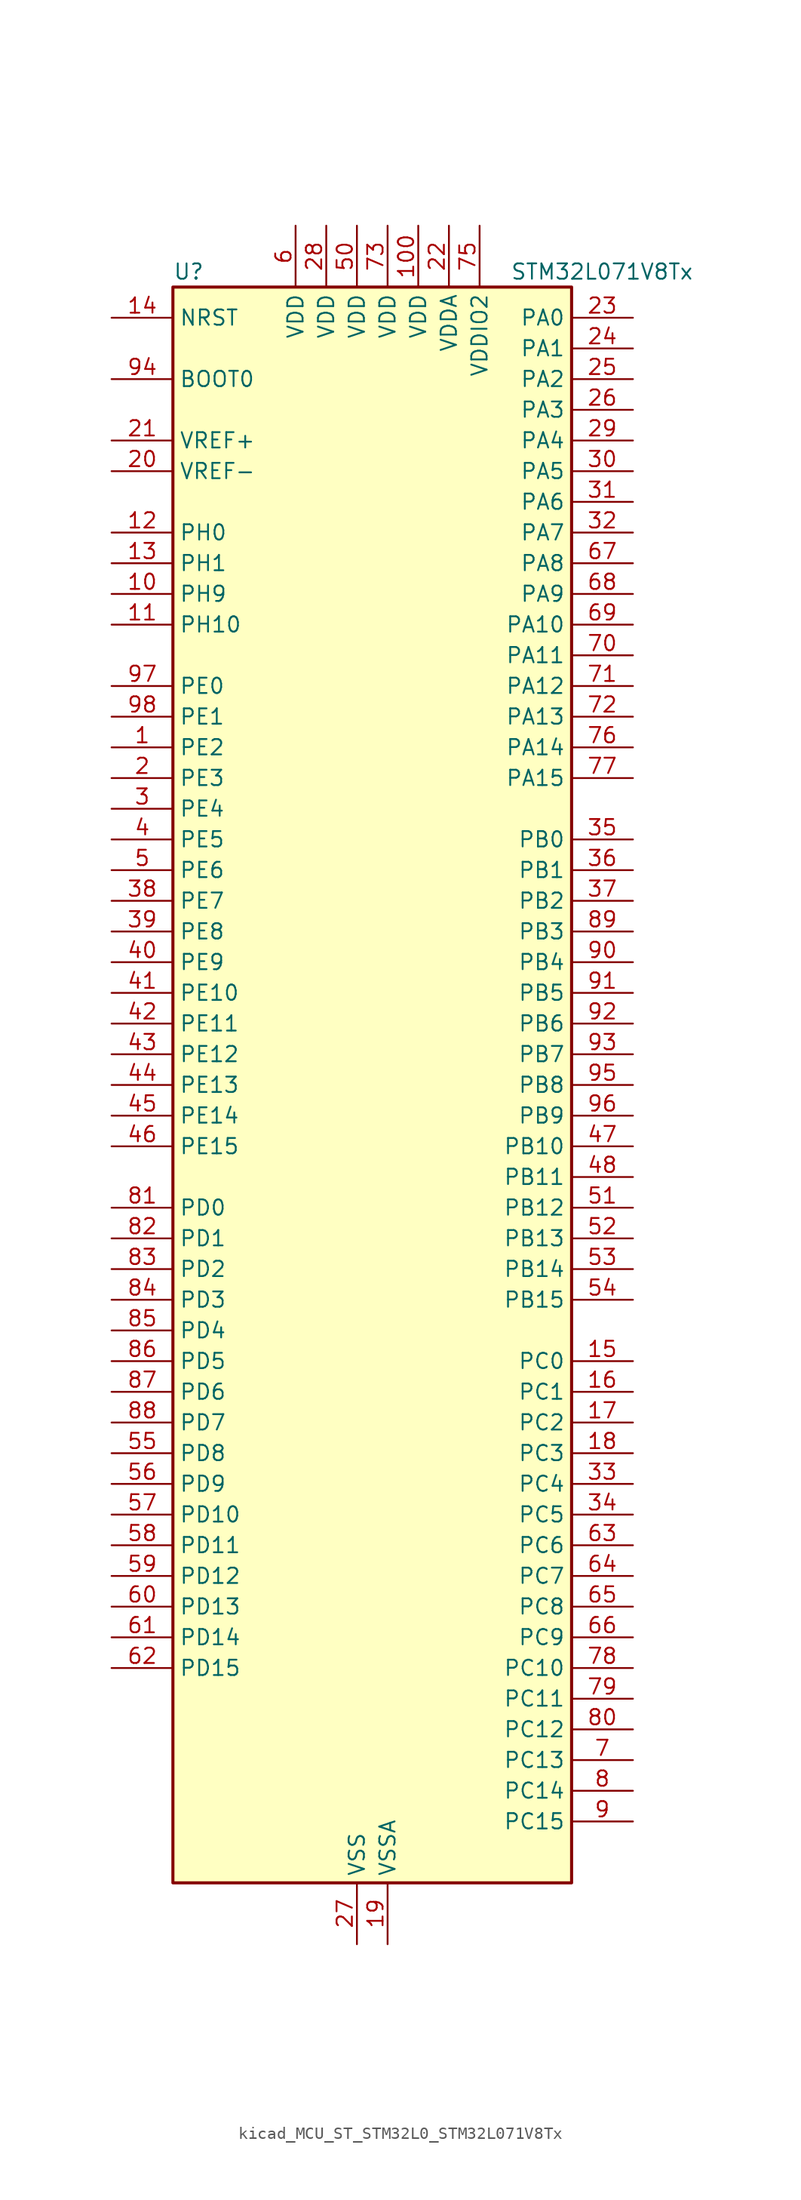
<source format=kicad_sym>
(kicad_symbol_lib
  (version 20220914)
  (generator kicad_symbol_editor)
  (symbol "kicad_MCU_ST_STM32L0_STM32L071V8Tx"
    (property "Reference" "U"
      (at -15.24 67.31 0)
      (effects (font (size 1.27 1.27)) (justify left)))
    (property "Value" "STM32L071V8Tx"
      (at 12.7 67.31 0)
      (effects (font (size 1.27 1.27)) (justify left)))
    (property "ki_locked" ""
      (at 0 0 0)
      (effects (font (size 1.27 1.27))))
    (symbol "kicad_MCU_ST_STM32L0_STM32L071V8Tx_0_1"
      (rectangle (start -15.24 -66.04) (end 17.78 66.04) (stroke (width 0.254) (type default)) (fill (type background))))
    (symbol "kicad_MCU_ST_STM32L0_STM32L071V8Tx_1_1"
      (pin bidirectional line (at -20.32 27.94 0) (length 5.08) (name "PE2" (effects (font (size 1.27 1.27)))) (number "1" (effects (font (size 1.27 1.27)))) (alternate "TIM3_ETR" bidirectional line))
      (pin bidirectional line (at -20.32 40.64 0) (length 5.08) (name "PH9" (effects (font (size 1.27 1.27)))) (number "10" (effects (font (size 1.27 1.27)))))
      (pin power_in line (at 5.08 71.12 270) (length 5.08) (name "VDD" (effects (font (size 1.27 1.27)))) (number "100" (effects (font (size 1.27 1.27)))))
      (pin bidirectional line (at -20.32 38.1 0) (length 5.08) (name "PH10" (effects (font (size 1.27 1.27)))) (number "11" (effects (font (size 1.27 1.27)))))
      (pin bidirectional line (at -20.32 45.72 0) (length 5.08) (name "PH0" (effects (font (size 1.27 1.27)))) (number "12" (effects (font (size 1.27 1.27)))) (alternate "RCC_OSC_IN" bidirectional line))
      (pin bidirectional line (at -20.32 43.18 0) (length 5.08) (name "PH1" (effects (font (size 1.27 1.27)))) (number "13" (effects (font (size 1.27 1.27)))) (alternate "RCC_OSC_OUT" bidirectional line))
      (pin input line (at -20.32 63.5 0) (length 5.08) (name "NRST" (effects (font (size 1.27 1.27)))) (number "14" (effects (font (size 1.27 1.27)))))
      (pin bidirectional line (at 22.86 -22.86 180) (length 5.08) (name "PC0" (effects (font (size 1.27 1.27)))) (number "15" (effects (font (size 1.27 1.27)))) (alternate "ADC_IN10" bidirectional line) (alternate "I2C3_SCL" bidirectional line) (alternate "LPTIM1_IN1" bidirectional line) (alternate "LPUART1_RX" bidirectional line))
      (pin bidirectional line (at 22.86 -25.4 180) (length 5.08) (name "PC1" (effects (font (size 1.27 1.27)))) (number "16" (effects (font (size 1.27 1.27)))) (alternate "ADC_IN11" bidirectional line) (alternate "I2C3_SDA" bidirectional line) (alternate "LPTIM1_OUT" bidirectional line) (alternate "LPUART1_TX" bidirectional line))
      (pin bidirectional line (at 22.86 -27.94 180) (length 5.08) (name "PC2" (effects (font (size 1.27 1.27)))) (number "17" (effects (font (size 1.27 1.27)))) (alternate "ADC_IN12" bidirectional line) (alternate "I2S2_MCK" bidirectional line) (alternate "LPTIM1_IN2" bidirectional line) (alternate "SPI2_MISO" bidirectional line))
      (pin bidirectional line (at 22.86 -30.48 180) (length 5.08) (name "PC3" (effects (font (size 1.27 1.27)))) (number "18" (effects (font (size 1.27 1.27)))) (alternate "ADC_IN13" bidirectional line) (alternate "I2S2_SD" bidirectional line) (alternate "LPTIM1_ETR" bidirectional line) (alternate "SPI2_MOSI" bidirectional line))
      (pin power_in line (at 2.54 -71.12 90) (length 5.08) (name "VSSA" (effects (font (size 1.27 1.27)))) (number "19" (effects (font (size 1.27 1.27)))))
      (pin bidirectional line (at -20.32 25.4 0) (length 5.08) (name "PE3" (effects (font (size 1.27 1.27)))) (number "2" (effects (font (size 1.27 1.27)))) (alternate "TIM22_CH1" bidirectional line) (alternate "TIM3_CH1" bidirectional line))
      (pin input line (at -20.32 50.8 0) (length 5.08) (name "VREF-" (effects (font (size 1.27 1.27)))) (number "20" (effects (font (size 1.27 1.27)))))
      (pin input line (at -20.32 53.34 0) (length 5.08) (name "VREF+" (effects (font (size 1.27 1.27)))) (number "21" (effects (font (size 1.27 1.27)))))
      (pin power_in line (at 7.62 71.12 270) (length 5.08) (name "VDDA" (effects (font (size 1.27 1.27)))) (number "22" (effects (font (size 1.27 1.27)))))
      (pin bidirectional line (at 22.86 63.5 180) (length 5.08) (name "PA0" (effects (font (size 1.27 1.27)))) (number "23" (effects (font (size 1.27 1.27)))) (alternate "ADC_IN0" bidirectional line) (alternate "COMP1_INM" bidirectional line) (alternate "COMP1_OUT" bidirectional line) (alternate "RTC_TAMP2" bidirectional line) (alternate "SYS_WKUP1" bidirectional line) (alternate "TIM2_CH1" bidirectional line) (alternate "TIM2_ETR" bidirectional line) (alternate "USART2_CTS" bidirectional line) (alternate "USART4_TX" bidirectional line))
      (pin bidirectional line (at 22.86 60.96 180) (length 5.08) (name "PA1" (effects (font (size 1.27 1.27)))) (number "24" (effects (font (size 1.27 1.27)))) (alternate "ADC_IN1" bidirectional line) (alternate "COMP1_INP" bidirectional line) (alternate "TIM21_ETR" bidirectional line) (alternate "TIM2_CH2" bidirectional line) (alternate "USART2_DE" bidirectional line) (alternate "USART2_RTS" bidirectional line) (alternate "USART4_RX" bidirectional line))
      (pin bidirectional line (at 22.86 58.42 180) (length 5.08) (name "PA2" (effects (font (size 1.27 1.27)))) (number "25" (effects (font (size 1.27 1.27)))) (alternate "ADC_IN2" bidirectional line) (alternate "COMP2_INM" bidirectional line) (alternate "COMP2_OUT" bidirectional line) (alternate "LPUART1_TX" bidirectional line) (alternate "TIM21_CH1" bidirectional line) (alternate "TIM2_CH3" bidirectional line) (alternate "USART2_TX" bidirectional line))
      (pin bidirectional line (at 22.86 55.88 180) (length 5.08) (name "PA3" (effects (font (size 1.27 1.27)))) (number "26" (effects (font (size 1.27 1.27)))) (alternate "ADC_IN3" bidirectional line) (alternate "COMP2_INP" bidirectional line) (alternate "LPUART1_RX" bidirectional line) (alternate "TIM21_CH2" bidirectional line) (alternate "TIM2_CH4" bidirectional line) (alternate "USART2_RX" bidirectional line))
      (pin power_in line (at 0 -71.12 90) (length 5.08) (name "VSS" (effects (font (size 1.27 1.27)))) (number "27" (effects (font (size 1.27 1.27)))))
      (pin power_in line (at -2.54 71.12 270) (length 5.08) (name "VDD" (effects (font (size 1.27 1.27)))) (number "28" (effects (font (size 1.27 1.27)))))
      (pin bidirectional line (at 22.86 53.34 180) (length 5.08) (name "PA4" (effects (font (size 1.27 1.27)))) (number "29" (effects (font (size 1.27 1.27)))) (alternate "ADC_IN4" bidirectional line) (alternate "COMP1_INM" bidirectional line) (alternate "COMP2_INM" bidirectional line) (alternate "SPI1_NSS" bidirectional line) (alternate "TIM22_ETR" bidirectional line) (alternate "USART2_CK" bidirectional line))
      (pin bidirectional line (at -20.32 22.86 0) (length 5.08) (name "PE4" (effects (font (size 1.27 1.27)))) (number "3" (effects (font (size 1.27 1.27)))) (alternate "TIM22_CH2" bidirectional line) (alternate "TIM3_CH2" bidirectional line))
      (pin bidirectional line (at 22.86 50.8 180) (length 5.08) (name "PA5" (effects (font (size 1.27 1.27)))) (number "30" (effects (font (size 1.27 1.27)))) (alternate "ADC_IN5" bidirectional line) (alternate "COMP1_INM" bidirectional line) (alternate "COMP2_INM" bidirectional line) (alternate "SPI1_SCK" bidirectional line) (alternate "TIM2_CH1" bidirectional line) (alternate "TIM2_ETR" bidirectional line))
      (pin bidirectional line (at 22.86 48.26 180) (length 5.08) (name "PA6" (effects (font (size 1.27 1.27)))) (number "31" (effects (font (size 1.27 1.27)))) (alternate "ADC_IN6" bidirectional line) (alternate "COMP1_OUT" bidirectional line) (alternate "LPUART1_CTS" bidirectional line) (alternate "SPI1_MISO" bidirectional line) (alternate "TIM22_CH1" bidirectional line) (alternate "TIM3_CH1" bidirectional line))
      (pin bidirectional line (at 22.86 45.72 180) (length 5.08) (name "PA7" (effects (font (size 1.27 1.27)))) (number "32" (effects (font (size 1.27 1.27)))) (alternate "ADC_IN7" bidirectional line) (alternate "COMP2_OUT" bidirectional line) (alternate "SPI1_MOSI" bidirectional line) (alternate "TIM22_CH2" bidirectional line) (alternate "TIM3_CH2" bidirectional line))
      (pin bidirectional line (at 22.86 -33.02 180) (length 5.08) (name "PC4" (effects (font (size 1.27 1.27)))) (number "33" (effects (font (size 1.27 1.27)))) (alternate "ADC_IN14" bidirectional line) (alternate "LPUART1_TX" bidirectional line))
      (pin bidirectional line (at 22.86 -35.56 180) (length 5.08) (name "PC5" (effects (font (size 1.27 1.27)))) (number "34" (effects (font (size 1.27 1.27)))) (alternate "ADC_IN15" bidirectional line) (alternate "LPUART1_RX" bidirectional line))
      (pin bidirectional line (at 22.86 20.32 180) (length 5.08) (name "PB0" (effects (font (size 1.27 1.27)))) (number "35" (effects (font (size 1.27 1.27)))) (alternate "ADC_IN8" bidirectional line) (alternate "SYS_VREF_OUT_PB0" bidirectional line) (alternate "TIM3_CH3" bidirectional line))
      (pin bidirectional line (at 22.86 17.78 180) (length 5.08) (name "PB1" (effects (font (size 1.27 1.27)))) (number "36" (effects (font (size 1.27 1.27)))) (alternate "ADC_IN9" bidirectional line) (alternate "LPUART1_DE" bidirectional line) (alternate "LPUART1_RTS" bidirectional line) (alternate "SYS_VREF_OUT_PB1" bidirectional line) (alternate "TIM3_CH4" bidirectional line))
      (pin bidirectional line (at 22.86 15.24 180) (length 5.08) (name "PB2" (effects (font (size 1.27 1.27)))) (number "37" (effects (font (size 1.27 1.27)))) (alternate "I2C3_SMBA" bidirectional line) (alternate "LPTIM1_OUT" bidirectional line))
      (pin bidirectional line (at -20.32 15.24 0) (length 5.08) (name "PE7" (effects (font (size 1.27 1.27)))) (number "38" (effects (font (size 1.27 1.27)))) (alternate "USART5_CK" bidirectional line) (alternate "USART5_DE" bidirectional line) (alternate "USART5_RTS" bidirectional line))
      (pin bidirectional line (at -20.32 12.7 0) (length 5.08) (name "PE8" (effects (font (size 1.27 1.27)))) (number "39" (effects (font (size 1.27 1.27)))) (alternate "USART4_TX" bidirectional line))
      (pin bidirectional line (at -20.32 20.32 0) (length 5.08) (name "PE5" (effects (font (size 1.27 1.27)))) (number "4" (effects (font (size 1.27 1.27)))) (alternate "TIM21_CH1" bidirectional line) (alternate "TIM3_CH3" bidirectional line))
      (pin bidirectional line (at -20.32 10.16 0) (length 5.08) (name "PE9" (effects (font (size 1.27 1.27)))) (number "40" (effects (font (size 1.27 1.27)))) (alternate "TIM2_CH1" bidirectional line) (alternate "TIM2_ETR" bidirectional line) (alternate "USART4_RX" bidirectional line))
      (pin bidirectional line (at -20.32 7.62 0) (length 5.08) (name "PE10" (effects (font (size 1.27 1.27)))) (number "41" (effects (font (size 1.27 1.27)))) (alternate "TIM2_CH2" bidirectional line) (alternate "USART5_TX" bidirectional line))
      (pin bidirectional line (at -20.32 5.08 0) (length 5.08) (name "PE11" (effects (font (size 1.27 1.27)))) (number "42" (effects (font (size 1.27 1.27)))) (alternate "ADC_EXTI11" bidirectional line) (alternate "TIM2_CH3" bidirectional line) (alternate "USART5_RX" bidirectional line))
      (pin bidirectional line (at -20.32 2.54 0) (length 5.08) (name "PE12" (effects (font (size 1.27 1.27)))) (number "43" (effects (font (size 1.27 1.27)))) (alternate "SPI1_NSS" bidirectional line) (alternate "TIM2_CH4" bidirectional line))
      (pin bidirectional line (at -20.32 0 0) (length 5.08) (name "PE13" (effects (font (size 1.27 1.27)))) (number "44" (effects (font (size 1.27 1.27)))) (alternate "SPI1_SCK" bidirectional line))
      (pin bidirectional line (at -20.32 -2.54 0) (length 5.08) (name "PE14" (effects (font (size 1.27 1.27)))) (number "45" (effects (font (size 1.27 1.27)))) (alternate "SPI1_MISO" bidirectional line))
      (pin bidirectional line (at -20.32 -5.08 0) (length 5.08) (name "PE15" (effects (font (size 1.27 1.27)))) (number "46" (effects (font (size 1.27 1.27)))) (alternate "SPI1_MOSI" bidirectional line))
      (pin bidirectional line (at 22.86 -5.08 180) (length 5.08) (name "PB10" (effects (font (size 1.27 1.27)))) (number "47" (effects (font (size 1.27 1.27)))) (alternate "I2C2_SCL" bidirectional line) (alternate "LPUART1_RX" bidirectional line) (alternate "LPUART1_TX" bidirectional line) (alternate "SPI2_SCK" bidirectional line) (alternate "TIM2_CH3" bidirectional line))
      (pin bidirectional line (at 22.86 -7.62 180) (length 5.08) (name "PB11" (effects (font (size 1.27 1.27)))) (number "48" (effects (font (size 1.27 1.27)))) (alternate "ADC_EXTI11" bidirectional line) (alternate "I2C2_SDA" bidirectional line) (alternate "LPUART1_RX" bidirectional line) (alternate "LPUART1_TX" bidirectional line) (alternate "TIM2_CH4" bidirectional line))
      (pin passive line (at 0 -71.12 90) (length 5.08) hide (name "VSS" (effects (font (size 1.27 1.27)))) (number "49" (effects (font (size 1.27 1.27)))))
      (pin bidirectional line (at -20.32 17.78 0) (length 5.08) (name "PE6" (effects (font (size 1.27 1.27)))) (number "5" (effects (font (size 1.27 1.27)))) (alternate "RTC_TAMP3" bidirectional line) (alternate "SYS_WKUP3" bidirectional line) (alternate "TIM21_CH2" bidirectional line) (alternate "TIM3_CH4" bidirectional line))
      (pin power_in line (at 0 71.12 270) (length 5.08) (name "VDD" (effects (font (size 1.27 1.27)))) (number "50" (effects (font (size 1.27 1.27)))))
      (pin bidirectional line (at 22.86 -10.16 180) (length 5.08) (name "PB12" (effects (font (size 1.27 1.27)))) (number "51" (effects (font (size 1.27 1.27)))) (alternate "I2S2_WS" bidirectional line) (alternate "LPUART1_DE" bidirectional line) (alternate "LPUART1_RTS" bidirectional line) (alternate "SPI2_NSS" bidirectional line))
      (pin bidirectional line (at 22.86 -12.7 180) (length 5.08) (name "PB13" (effects (font (size 1.27 1.27)))) (number "52" (effects (font (size 1.27 1.27)))) (alternate "I2C2_SCL" bidirectional line) (alternate "I2S2_CK" bidirectional line) (alternate "LPUART1_CTS" bidirectional line) (alternate "RCC_MCO" bidirectional line) (alternate "SPI2_SCK" bidirectional line) (alternate "TIM21_CH1" bidirectional line))
      (pin bidirectional line (at 22.86 -15.24 180) (length 5.08) (name "PB14" (effects (font (size 1.27 1.27)))) (number "53" (effects (font (size 1.27 1.27)))) (alternate "I2C2_SDA" bidirectional line) (alternate "I2S2_MCK" bidirectional line) (alternate "LPUART1_DE" bidirectional line) (alternate "LPUART1_RTS" bidirectional line) (alternate "RTC_OUT_ALARM" bidirectional line) (alternate "RTC_OUT_CALIB" bidirectional line) (alternate "SPI2_MISO" bidirectional line) (alternate "TIM21_CH2" bidirectional line))
      (pin bidirectional line (at 22.86 -17.78 180) (length 5.08) (name "PB15" (effects (font (size 1.27 1.27)))) (number "54" (effects (font (size 1.27 1.27)))) (alternate "I2S2_SD" bidirectional line) (alternate "RTC_REFIN" bidirectional line) (alternate "SPI2_MOSI" bidirectional line))
      (pin bidirectional line (at -20.32 -30.48 0) (length 5.08) (name "PD8" (effects (font (size 1.27 1.27)))) (number "55" (effects (font (size 1.27 1.27)))) (alternate "LPUART1_TX" bidirectional line))
      (pin bidirectional line (at -20.32 -33.02 0) (length 5.08) (name "PD9" (effects (font (size 1.27 1.27)))) (number "56" (effects (font (size 1.27 1.27)))) (alternate "LPUART1_RX" bidirectional line))
      (pin bidirectional line (at -20.32 -35.56 0) (length 5.08) (name "PD10" (effects (font (size 1.27 1.27)))) (number "57" (effects (font (size 1.27 1.27)))))
      (pin bidirectional line (at -20.32 -38.1 0) (length 5.08) (name "PD11" (effects (font (size 1.27 1.27)))) (number "58" (effects (font (size 1.27 1.27)))) (alternate "ADC_EXTI11" bidirectional line) (alternate "LPUART1_CTS" bidirectional line))
      (pin bidirectional line (at -20.32 -40.64 0) (length 5.08) (name "PD12" (effects (font (size 1.27 1.27)))) (number "59" (effects (font (size 1.27 1.27)))) (alternate "LPUART1_DE" bidirectional line) (alternate "LPUART1_RTS" bidirectional line))
      (pin power_in line (at -5.08 71.12 270) (length 5.08) (name "VDD" (effects (font (size 1.27 1.27)))) (number "6" (effects (font (size 1.27 1.27)))))
      (pin bidirectional line (at -20.32 -43.18 0) (length 5.08) (name "PD13" (effects (font (size 1.27 1.27)))) (number "60" (effects (font (size 1.27 1.27)))))
      (pin bidirectional line (at -20.32 -45.72 0) (length 5.08) (name "PD14" (effects (font (size 1.27 1.27)))) (number "61" (effects (font (size 1.27 1.27)))))
      (pin bidirectional line (at -20.32 -48.26 0) (length 5.08) (name "PD15" (effects (font (size 1.27 1.27)))) (number "62" (effects (font (size 1.27 1.27)))))
      (pin bidirectional line (at 22.86 -38.1 180) (length 5.08) (name "PC6" (effects (font (size 1.27 1.27)))) (number "63" (effects (font (size 1.27 1.27)))) (alternate "TIM22_CH1" bidirectional line) (alternate "TIM3_CH1" bidirectional line))
      (pin bidirectional line (at 22.86 -40.64 180) (length 5.08) (name "PC7" (effects (font (size 1.27 1.27)))) (number "64" (effects (font (size 1.27 1.27)))) (alternate "TIM22_CH2" bidirectional line) (alternate "TIM3_CH2" bidirectional line))
      (pin bidirectional line (at 22.86 -43.18 180) (length 5.08) (name "PC8" (effects (font (size 1.27 1.27)))) (number "65" (effects (font (size 1.27 1.27)))) (alternate "TIM22_ETR" bidirectional line) (alternate "TIM3_CH3" bidirectional line))
      (pin bidirectional line (at 22.86 -45.72 180) (length 5.08) (name "PC9" (effects (font (size 1.27 1.27)))) (number "66" (effects (font (size 1.27 1.27)))) (alternate "I2C3_SDA" bidirectional line) (alternate "TIM21_ETR" bidirectional line) (alternate "TIM3_CH4" bidirectional line))
      (pin bidirectional line (at 22.86 43.18 180) (length 5.08) (name "PA8" (effects (font (size 1.27 1.27)))) (number "67" (effects (font (size 1.27 1.27)))) (alternate "I2C3_SCL" bidirectional line) (alternate "RCC_MCO" bidirectional line) (alternate "USART1_CK" bidirectional line))
      (pin bidirectional line (at 22.86 40.64 180) (length 5.08) (name "PA9" (effects (font (size 1.27 1.27)))) (number "68" (effects (font (size 1.27 1.27)))) (alternate "I2C1_SCL" bidirectional line) (alternate "I2C3_SMBA" bidirectional line) (alternate "RCC_MCO" bidirectional line) (alternate "USART1_TX" bidirectional line))
      (pin bidirectional line (at 22.86 38.1 180) (length 5.08) (name "PA10" (effects (font (size 1.27 1.27)))) (number "69" (effects (font (size 1.27 1.27)))) (alternate "I2C1_SDA" bidirectional line) (alternate "USART1_RX" bidirectional line))
      (pin bidirectional line (at 22.86 -55.88 180) (length 5.08) (name "PC13" (effects (font (size 1.27 1.27)))) (number "7" (effects (font (size 1.27 1.27)))) (alternate "RTC_OUT_ALARM" bidirectional line) (alternate "RTC_OUT_CALIB" bidirectional line) (alternate "RTC_TAMP1" bidirectional line) (alternate "RTC_TS" bidirectional line) (alternate "SYS_WKUP2" bidirectional line))
      (pin bidirectional line (at 22.86 35.56 180) (length 5.08) (name "PA11" (effects (font (size 1.27 1.27)))) (number "70" (effects (font (size 1.27 1.27)))) (alternate "ADC_EXTI11" bidirectional line) (alternate "COMP1_OUT" bidirectional line) (alternate "SPI1_MISO" bidirectional line) (alternate "USART1_CTS" bidirectional line))
      (pin bidirectional line (at 22.86 33.02 180) (length 5.08) (name "PA12" (effects (font (size 1.27 1.27)))) (number "71" (effects (font (size 1.27 1.27)))) (alternate "COMP2_OUT" bidirectional line) (alternate "SPI1_MOSI" bidirectional line) (alternate "USART1_DE" bidirectional line) (alternate "USART1_RTS" bidirectional line))
      (pin bidirectional line (at 22.86 30.48 180) (length 5.08) (name "PA13" (effects (font (size 1.27 1.27)))) (number "72" (effects (font (size 1.27 1.27)))) (alternate "LPUART1_RX" bidirectional line) (alternate "SYS_SWDIO" bidirectional line))
      (pin power_in line (at 2.54 71.12 270) (length 5.08) (name "VDD" (effects (font (size 1.27 1.27)))) (number "73" (effects (font (size 1.27 1.27)))))
      (pin passive line (at 0 -71.12 90) (length 5.08) hide (name "VSS" (effects (font (size 1.27 1.27)))) (number "74" (effects (font (size 1.27 1.27)))))
      (pin power_in line (at 10.16 71.12 270) (length 5.08) (name "VDDIO2" (effects (font (size 1.27 1.27)))) (number "75" (effects (font (size 1.27 1.27)))))
      (pin bidirectional line (at 22.86 27.94 180) (length 5.08) (name "PA14" (effects (font (size 1.27 1.27)))) (number "76" (effects (font (size 1.27 1.27)))) (alternate "LPUART1_TX" bidirectional line) (alternate "SYS_SWCLK" bidirectional line) (alternate "USART2_TX" bidirectional line))
      (pin bidirectional line (at 22.86 25.4 180) (length 5.08) (name "PA15" (effects (font (size 1.27 1.27)))) (number "77" (effects (font (size 1.27 1.27)))) (alternate "SPI1_NSS" bidirectional line) (alternate "TIM2_CH1" bidirectional line) (alternate "TIM2_ETR" bidirectional line) (alternate "USART2_RX" bidirectional line) (alternate "USART4_DE" bidirectional line) (alternate "USART4_RTS" bidirectional line))
      (pin bidirectional line (at 22.86 -48.26 180) (length 5.08) (name "PC10" (effects (font (size 1.27 1.27)))) (number "78" (effects (font (size 1.27 1.27)))) (alternate "LPUART1_TX" bidirectional line) (alternate "USART4_TX" bidirectional line))
      (pin bidirectional line (at 22.86 -50.8 180) (length 5.08) (name "PC11" (effects (font (size 1.27 1.27)))) (number "79" (effects (font (size 1.27 1.27)))) (alternate "ADC_EXTI11" bidirectional line) (alternate "LPUART1_RX" bidirectional line) (alternate "USART4_RX" bidirectional line))
      (pin bidirectional line (at 22.86 -58.42 180) (length 5.08) (name "PC14" (effects (font (size 1.27 1.27)))) (number "8" (effects (font (size 1.27 1.27)))) (alternate "RCC_OSC32_IN" bidirectional line))
      (pin bidirectional line (at 22.86 -53.34 180) (length 5.08) (name "PC12" (effects (font (size 1.27 1.27)))) (number "80" (effects (font (size 1.27 1.27)))) (alternate "USART4_CK" bidirectional line) (alternate "USART5_TX" bidirectional line))
      (pin bidirectional line (at -20.32 -10.16 0) (length 5.08) (name "PD0" (effects (font (size 1.27 1.27)))) (number "81" (effects (font (size 1.27 1.27)))) (alternate "I2S2_WS" bidirectional line) (alternate "SPI2_NSS" bidirectional line) (alternate "TIM21_CH1" bidirectional line))
      (pin bidirectional line (at -20.32 -12.7 0) (length 5.08) (name "PD1" (effects (font (size 1.27 1.27)))) (number "82" (effects (font (size 1.27 1.27)))) (alternate "I2S2_CK" bidirectional line) (alternate "SPI2_SCK" bidirectional line))
      (pin bidirectional line (at -20.32 -15.24 0) (length 5.08) (name "PD2" (effects (font (size 1.27 1.27)))) (number "83" (effects (font (size 1.27 1.27)))) (alternate "LPUART1_DE" bidirectional line) (alternate "LPUART1_RTS" bidirectional line) (alternate "TIM3_ETR" bidirectional line) (alternate "USART5_RX" bidirectional line))
      (pin bidirectional line (at -20.32 -17.78 0) (length 5.08) (name "PD3" (effects (font (size 1.27 1.27)))) (number "84" (effects (font (size 1.27 1.27)))) (alternate "I2S2_MCK" bidirectional line) (alternate "SPI2_MISO" bidirectional line) (alternate "USART2_CTS" bidirectional line))
      (pin bidirectional line (at -20.32 -20.32 0) (length 5.08) (name "PD4" (effects (font (size 1.27 1.27)))) (number "85" (effects (font (size 1.27 1.27)))) (alternate "I2S2_SD" bidirectional line) (alternate "SPI2_MOSI" bidirectional line) (alternate "USART2_DE" bidirectional line) (alternate "USART2_RTS" bidirectional line))
      (pin bidirectional line (at -20.32 -22.86 0) (length 5.08) (name "PD5" (effects (font (size 1.27 1.27)))) (number "86" (effects (font (size 1.27 1.27)))) (alternate "USART2_TX" bidirectional line))
      (pin bidirectional line (at -20.32 -25.4 0) (length 5.08) (name "PD6" (effects (font (size 1.27 1.27)))) (number "87" (effects (font (size 1.27 1.27)))) (alternate "USART2_RX" bidirectional line))
      (pin bidirectional line (at -20.32 -27.94 0) (length 5.08) (name "PD7" (effects (font (size 1.27 1.27)))) (number "88" (effects (font (size 1.27 1.27)))) (alternate "TIM21_CH2" bidirectional line) (alternate "USART2_CK" bidirectional line))
      (pin bidirectional line (at 22.86 12.7 180) (length 5.08) (name "PB3" (effects (font (size 1.27 1.27)))) (number "89" (effects (font (size 1.27 1.27)))) (alternate "COMP2_INM" bidirectional line) (alternate "SPI1_SCK" bidirectional line) (alternate "TIM2_CH2" bidirectional line) (alternate "USART1_DE" bidirectional line) (alternate "USART1_RTS" bidirectional line) (alternate "USART5_TX" bidirectional line))
      (pin bidirectional line (at 22.86 -60.96 180) (length 5.08) (name "PC15" (effects (font (size 1.27 1.27)))) (number "9" (effects (font (size 1.27 1.27)))) (alternate "RCC_OSC32_OUT" bidirectional line))
      (pin bidirectional line (at 22.86 10.16 180) (length 5.08) (name "PB4" (effects (font (size 1.27 1.27)))) (number "90" (effects (font (size 1.27 1.27)))) (alternate "COMP2_INP" bidirectional line) (alternate "I2C3_SDA" bidirectional line) (alternate "SPI1_MISO" bidirectional line) (alternate "TIM22_CH1" bidirectional line) (alternate "TIM3_CH1" bidirectional line) (alternate "USART1_CTS" bidirectional line) (alternate "USART5_RX" bidirectional line))
      (pin bidirectional line (at 22.86 7.62 180) (length 5.08) (name "PB5" (effects (font (size 1.27 1.27)))) (number "91" (effects (font (size 1.27 1.27)))) (alternate "COMP2_INP" bidirectional line) (alternate "I2C1_SMBA" bidirectional line) (alternate "LPTIM1_IN1" bidirectional line) (alternate "SPI1_MOSI" bidirectional line) (alternate "TIM22_CH2" bidirectional line) (alternate "TIM3_CH2" bidirectional line) (alternate "USART1_CK" bidirectional line) (alternate "USART5_CK" bidirectional line) (alternate "USART5_DE" bidirectional line) (alternate "USART5_RTS" bidirectional line))
      (pin bidirectional line (at 22.86 5.08 180) (length 5.08) (name "PB6" (effects (font (size 1.27 1.27)))) (number "92" (effects (font (size 1.27 1.27)))) (alternate "COMP2_INP" bidirectional line) (alternate "I2C1_SCL" bidirectional line) (alternate "LPTIM1_ETR" bidirectional line) (alternate "USART1_TX" bidirectional line))
      (pin bidirectional line (at 22.86 2.54 180) (length 5.08) (name "PB7" (effects (font (size 1.27 1.27)))) (number "93" (effects (font (size 1.27 1.27)))) (alternate "COMP2_INP" bidirectional line) (alternate "I2C1_SDA" bidirectional line) (alternate "LPTIM1_IN2" bidirectional line) (alternate "SYS_PVD_IN" bidirectional line) (alternate "USART1_RX" bidirectional line) (alternate "USART4_CTS" bidirectional line))
      (pin input line (at -20.32 58.42 0) (length 5.08) (name "BOOT0" (effects (font (size 1.27 1.27)))) (number "94" (effects (font (size 1.27 1.27)))))
      (pin bidirectional line (at 22.86 0 180) (length 5.08) (name "PB8" (effects (font (size 1.27 1.27)))) (number "95" (effects (font (size 1.27 1.27)))) (alternate "I2C1_SCL" bidirectional line))
      (pin bidirectional line (at 22.86 -2.54 180) (length 5.08) (name "PB9" (effects (font (size 1.27 1.27)))) (number "96" (effects (font (size 1.27 1.27)))) (alternate "I2C1_SDA" bidirectional line) (alternate "I2S2_WS" bidirectional line) (alternate "SPI2_NSS" bidirectional line))
      (pin bidirectional line (at -20.32 33.02 0) (length 5.08) (name "PE0" (effects (font (size 1.27 1.27)))) (number "97" (effects (font (size 1.27 1.27)))))
      (pin bidirectional line (at -20.32 30.48 0) (length 5.08) (name "PE1" (effects (font (size 1.27 1.27)))) (number "98" (effects (font (size 1.27 1.27)))))
      (pin passive line (at 0 -71.12 90) (length 5.08) hide (name "VSS" (effects (font (size 1.27 1.27)))) (number "99" (effects (font (size 1.27 1.27))))))))
</source>
